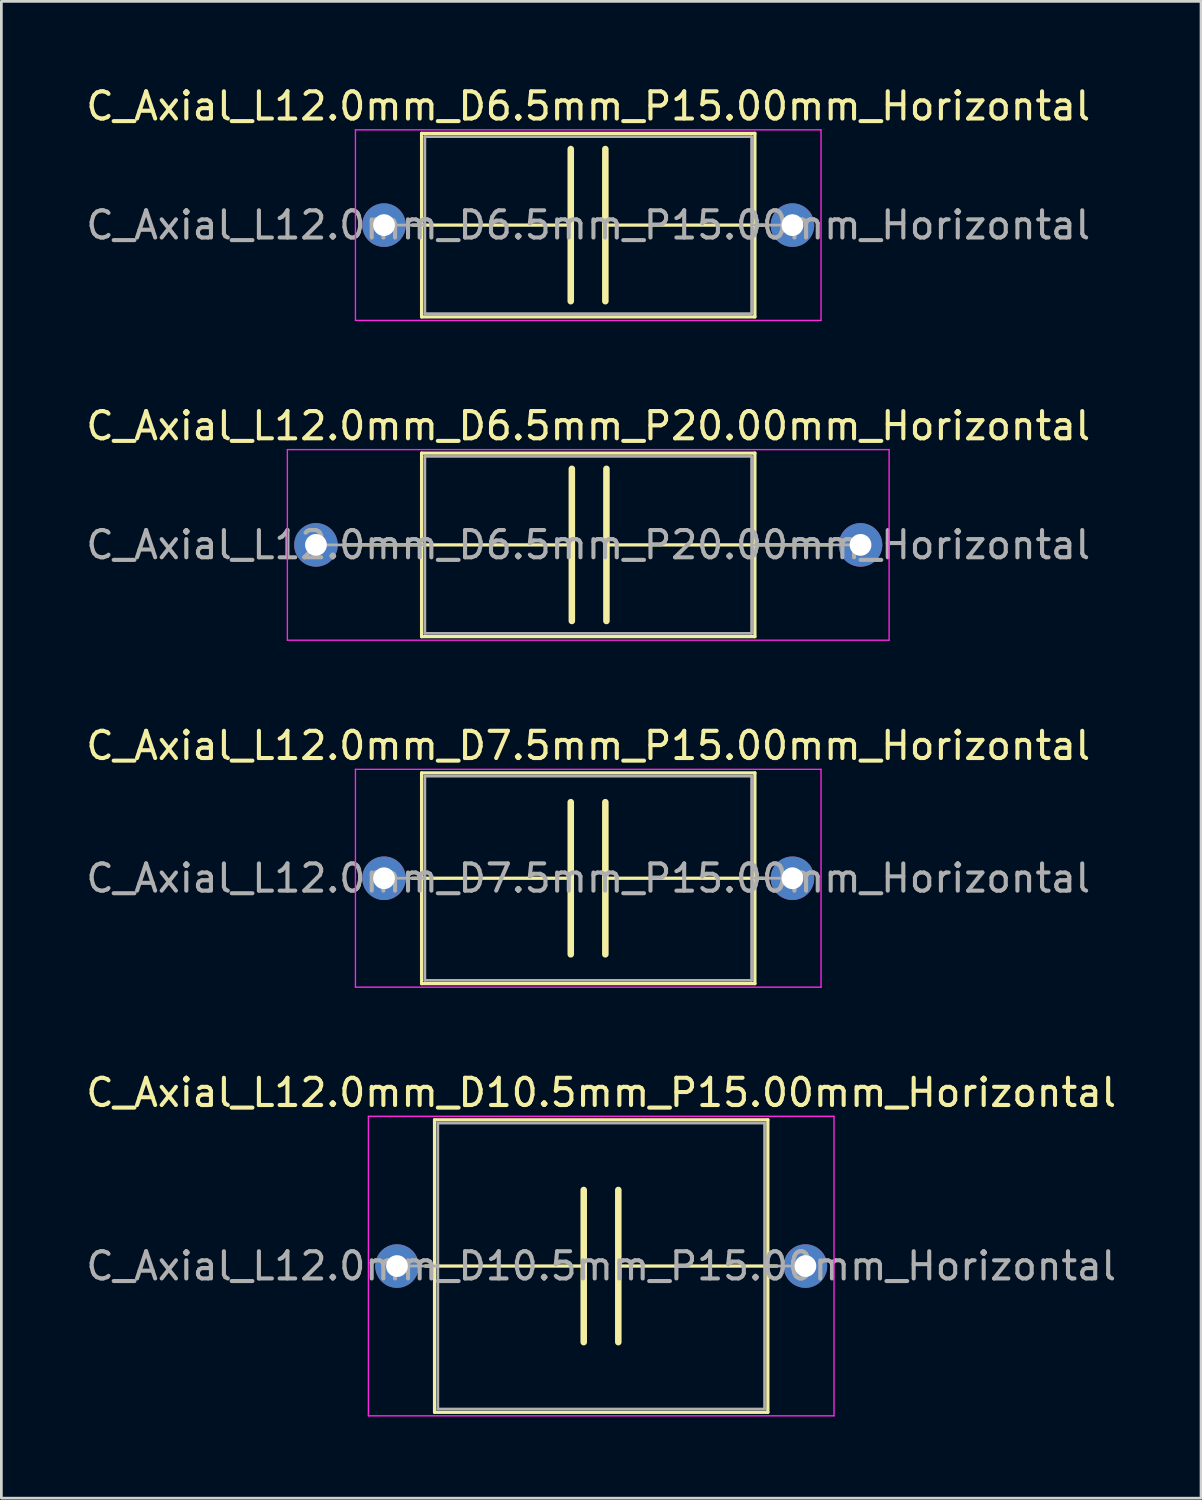
<source format=kicad_pcb>
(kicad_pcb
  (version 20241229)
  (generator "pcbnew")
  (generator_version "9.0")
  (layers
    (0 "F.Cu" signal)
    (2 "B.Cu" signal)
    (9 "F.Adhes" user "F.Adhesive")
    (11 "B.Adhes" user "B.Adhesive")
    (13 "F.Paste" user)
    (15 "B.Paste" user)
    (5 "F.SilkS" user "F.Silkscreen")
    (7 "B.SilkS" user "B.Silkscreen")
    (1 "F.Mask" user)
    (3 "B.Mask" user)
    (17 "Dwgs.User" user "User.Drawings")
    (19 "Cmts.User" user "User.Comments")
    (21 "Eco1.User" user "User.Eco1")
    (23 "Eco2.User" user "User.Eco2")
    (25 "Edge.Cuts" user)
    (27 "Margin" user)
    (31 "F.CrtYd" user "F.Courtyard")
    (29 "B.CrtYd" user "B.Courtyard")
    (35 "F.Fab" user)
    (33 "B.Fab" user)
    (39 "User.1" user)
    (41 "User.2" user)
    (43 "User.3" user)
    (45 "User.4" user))
  (footprint "C_Axial_L12.0mm_D7.5mm_P15.00mm_Horizontal"
    (layer "F.Cu")
    (at 11.054 29.205)
    (property "Reference" "C_Axial_L12.0mm_D7.5mm_P15.00mm_Horizontal" (at 7.5 -4.87 0) (layer "F.SilkS") (effects (font (size 1 1) (thickness 0.15))))
    (attr through_hole)
    (fp_line (start 1.04 0) (end 1.38 0) (stroke (width 0.12) (type solid)) (layer "F.SilkS"))
    (fp_line (start 1.38 -3.87) (end 1.38 3.87) (stroke (width 0.12) (type solid)) (layer "F.SilkS"))
    (fp_line (start 1.38 0) (end 6.858 0) (stroke (width 0.12) (type solid)) (layer "F.SilkS"))
    (fp_line (start 1.38 3.87) (end 13.62 3.87) (stroke (width 0.12) (type solid)) (layer "F.SilkS"))
    (fp_line (start 6.858 -2.794) (end 6.858 2.794) (stroke (width 0.24) (type solid)) (layer "F.SilkS"))
    (fp_line (start 8.128 2.794) (end 8.128 -2.794) (stroke (width 0.24) (type solid)) (layer "F.SilkS"))
    (fp_line (start 13.62 -3.87) (end 1.38 -3.87) (stroke (width 0.12) (type solid)) (layer "F.SilkS"))
    (fp_line (start 13.62 0) (end 8.128 0) (stroke (width 0.12) (type solid)) (layer "F.SilkS"))
    (fp_line (start 13.62 3.87) (end 13.62 -3.87) (stroke (width 0.12) (type solid)) (layer "F.SilkS"))
    (fp_line (start 13.96 0) (end 13.62 0) (stroke (width 0.12) (type solid)) (layer "F.SilkS"))
    (fp_line (start -1.05 -4) (end -1.05 4) (stroke (width 0.05) (type solid)) (layer "F.CrtYd"))
    (fp_line (start -1.05 4) (end 16.05 4) (stroke (width 0.05) (type solid)) (layer "F.CrtYd"))
    (fp_line (start 16.05 -4) (end -1.05 -4) (stroke (width 0.05) (type solid)) (layer "F.CrtYd"))
    (fp_line (start 16.05 4) (end 16.05 -4) (stroke (width 0.05) (type solid)) (layer "F.CrtYd"))
    (fp_line (start 0 0) (end 1.5 0) (stroke (width 0.1) (type solid)) (layer "F.Fab"))
    (fp_line (start 1.5 -3.75) (end 1.5 3.75) (stroke (width 0.1) (type solid)) (layer "F.Fab"))
    (fp_line (start 1.5 3.75) (end 13.5 3.75) (stroke (width 0.1) (type solid)) (layer "F.Fab"))
    (fp_line (start 13.5 -3.75) (end 1.5 -3.75) (stroke (width 0.1) (type solid)) (layer "F.Fab"))
    (fp_line (start 13.5 3.75) (end 13.5 -3.75) (stroke (width 0.1) (type solid)) (layer "F.Fab"))
    (fp_line (start 15 0) (end 13.5 0) (stroke (width 0.1) (type solid)) (layer "F.Fab"))
    (fp_text user "${REFERENCE}" (at 7.5 0 0) (layer "F.Fab") (effects (font (size 1 1) (thickness 0.15))))
    (pad "1" thru_hole circle (at 0 0) (size 1.6 1.6) (drill 0.8) (layers "*.Cu" "*.Mask"))
    (pad "2" thru_hole oval (at 15 0) (size 1.6 1.6) (drill 0.8) (layers "*.Cu" "*.Mask")))
  (footprint "C_Axial_L12.0mm_D10.5mm_P15.00mm_Horizontal"
    (layer "F.Cu")
    (at 11.53 43.448)
    (property "Reference" "C_Axial_L12.0mm_D10.5mm_P15.00mm_Horizontal" (at 7.5 -6.37 0) (layer "F.SilkS") (effects (font (size 1 1) (thickness 0.15))))
    (attr through_hole)
    (fp_line (start 1.04 0) (end 1.38 0) (stroke (width 0.12) (type solid)) (layer "F.SilkS"))
    (fp_line (start 1.38 -5.37) (end 1.38 5.37) (stroke (width 0.12) (type solid)) (layer "F.SilkS"))
    (fp_line (start 1.38 0) (end 6.858 0) (stroke (width 0.12) (type solid)) (layer "F.SilkS"))
    (fp_line (start 1.38 5.37) (end 13.62 5.37) (stroke (width 0.12) (type solid)) (layer "F.SilkS"))
    (fp_line (start 6.858 -2.794) (end 6.858 2.794) (stroke (width 0.24) (type solid)) (layer "F.SilkS"))
    (fp_line (start 8.128 2.794) (end 8.128 -2.794) (stroke (width 0.24) (type solid)) (layer "F.SilkS"))
    (fp_line (start 13.62 -5.37) (end 1.38 -5.37) (stroke (width 0.12) (type solid)) (layer "F.SilkS"))
    (fp_line (start 13.62 0) (end 8.128 0) (stroke (width 0.12) (type solid)) (layer "F.SilkS"))
    (fp_line (start 13.62 5.37) (end 13.62 -5.37) (stroke (width 0.12) (type solid)) (layer "F.SilkS"))
    (fp_line (start 13.96 0) (end 13.62 0) (stroke (width 0.12) (type solid)) (layer "F.SilkS"))
    (fp_line (start -1.05 -5.5) (end -1.05 5.5) (stroke (width 0.05) (type solid)) (layer "F.CrtYd"))
    (fp_line (start -1.05 5.5) (end 16.05 5.5) (stroke (width 0.05) (type solid)) (layer "F.CrtYd"))
    (fp_line (start 16.05 -5.5) (end -1.05 -5.5) (stroke (width 0.05) (type solid)) (layer "F.CrtYd"))
    (fp_line (start 16.05 5.5) (end 16.05 -5.5) (stroke (width 0.05) (type solid)) (layer "F.CrtYd"))
    (fp_line (start 0 0) (end 1.5 0) (stroke (width 0.1) (type solid)) (layer "F.Fab"))
    (fp_line (start 1.5 -5.25) (end 1.5 5.25) (stroke (width 0.1) (type solid)) (layer "F.Fab"))
    (fp_line (start 1.5 5.25) (end 13.5 5.25) (stroke (width 0.1) (type solid)) (layer "F.Fab"))
    (fp_line (start 13.5 -5.25) (end 1.5 -5.25) (stroke (width 0.1) (type solid)) (layer "F.Fab"))
    (fp_line (start 13.5 5.25) (end 13.5 -5.25) (stroke (width 0.1) (type solid)) (layer "F.Fab"))
    (fp_line (start 15 0) (end 13.5 0) (stroke (width 0.1) (type solid)) (layer "F.Fab"))
    (fp_text user "${REFERENCE}" (at 7.5 0 0) (layer "F.Fab") (effects (font (size 1 1) (thickness 0.15))))
    (pad "1" thru_hole circle (at 0 0) (size 1.6 1.6) (drill 0.8) (layers "*.Cu" "*.Mask"))
    (pad "2" thru_hole oval (at 15 0) (size 1.6 1.6) (drill 0.8) (layers "*.Cu" "*.Mask")))
  (footprint "C_Axial_L12.0mm_D6.5mm_P20.00mm_Horizontal"
    (layer "F.Cu")
    (at 8.554 16.962)
    (property "Reference" "C_Axial_L12.0mm_D6.5mm_P20.00mm_Horizontal" (at 10 -4.37 0) (layer "F.SilkS") (effects (font (size 1 1) (thickness 0.15))))
    (attr through_hole)
    (fp_line (start 1.04 0) (end 3.88 0) (stroke (width 0.12) (type solid)) (layer "F.SilkS"))
    (fp_line (start 3.88 -3.37) (end 3.88 3.37) (stroke (width 0.12) (type solid)) (layer "F.SilkS"))
    (fp_line (start 3.88 0) (end 9.398 0) (stroke (width 0.12) (type solid)) (layer "F.SilkS"))
    (fp_line (start 3.88 3.37) (end 16.12 3.37) (stroke (width 0.12) (type solid)) (layer "F.SilkS"))
    (fp_line (start 9.398 -2.794) (end 9.398 2.794) (stroke (width 0.24) (type solid)) (layer "F.SilkS"))
    (fp_line (start 10.668 2.794) (end 10.668 -2.794) (stroke (width 0.24) (type solid)) (layer "F.SilkS"))
    (fp_line (start 16.12 -3.37) (end 3.88 -3.37) (stroke (width 0.12) (type solid)) (layer "F.SilkS"))
    (fp_line (start 16.12 0) (end 10.668 0) (stroke (width 0.12) (type solid)) (layer "F.SilkS"))
    (fp_line (start 16.12 3.37) (end 16.12 -3.37) (stroke (width 0.12) (type solid)) (layer "F.SilkS"))
    (fp_line (start 18.96 0) (end 16.12 0) (stroke (width 0.12) (type solid)) (layer "F.SilkS"))
    (fp_line (start -1.05 -3.5) (end -1.05 3.5) (stroke (width 0.05) (type solid)) (layer "F.CrtYd"))
    (fp_line (start -1.05 3.5) (end 21.05 3.5) (stroke (width 0.05) (type solid)) (layer "F.CrtYd"))
    (fp_line (start 21.05 -3.5) (end -1.05 -3.5) (stroke (width 0.05) (type solid)) (layer "F.CrtYd"))
    (fp_line (start 21.05 3.5) (end 21.05 -3.5) (stroke (width 0.05) (type solid)) (layer "F.CrtYd"))
    (fp_line (start 0 0) (end 4 0) (stroke (width 0.1) (type solid)) (layer "F.Fab"))
    (fp_line (start 4 -3.25) (end 4 3.25) (stroke (width 0.1) (type solid)) (layer "F.Fab"))
    (fp_line (start 4 3.25) (end 16 3.25) (stroke (width 0.1) (type solid)) (layer "F.Fab"))
    (fp_line (start 16 -3.25) (end 4 -3.25) (stroke (width 0.1) (type solid)) (layer "F.Fab"))
    (fp_line (start 16 3.25) (end 16 -3.25) (stroke (width 0.1) (type solid)) (layer "F.Fab"))
    (fp_line (start 20 0) (end 16 0) (stroke (width 0.1) (type solid)) (layer "F.Fab"))
    (fp_text user "${REFERENCE}" (at 10 0 0) (layer "F.Fab") (effects (font (size 1 1) (thickness 0.15))))
    (pad "1" thru_hole circle (at 0 0) (size 1.6 1.6) (drill 0.8) (layers "*.Cu" "*.Mask"))
    (pad "2" thru_hole oval (at 20 0) (size 1.6 1.6) (drill 0.8) (layers "*.Cu" "*.Mask")))
  (footprint "C_Axial_L12.0mm_D6.5mm_P15.00mm_Horizontal"
    (layer "F.Cu")
    (at 11.054 5.218)
    (property "Reference" "C_Axial_L12.0mm_D6.5mm_P15.00mm_Horizontal" (at 7.5 -4.37 0) (layer "F.SilkS") (effects (font (size 1 1) (thickness 0.15))))
    (attr through_hole)
    (fp_line (start 1.04 0) (end 1.38 0) (stroke (width 0.12) (type solid)) (layer "F.SilkS"))
    (fp_line (start 1.38 -3.37) (end 1.38 3.37) (stroke (width 0.12) (type solid)) (layer "F.SilkS"))
    (fp_line (start 1.38 0) (end 6.858 0) (stroke (width 0.12) (type solid)) (layer "F.SilkS"))
    (fp_line (start 1.38 3.37) (end 13.62 3.37) (stroke (width 0.12) (type solid)) (layer "F.SilkS"))
    (fp_line (start 6.858 -2.794) (end 6.858 2.794) (stroke (width 0.24) (type solid)) (layer "F.SilkS"))
    (fp_line (start 8.128 2.794) (end 8.128 -2.794) (stroke (width 0.24) (type solid)) (layer "F.SilkS"))
    (fp_line (start 13.62 -3.37) (end 1.38 -3.37) (stroke (width 0.12) (type solid)) (layer "F.SilkS"))
    (fp_line (start 13.62 0) (end 8.128 0) (stroke (width 0.12) (type solid)) (layer "F.SilkS"))
    (fp_line (start 13.62 3.37) (end 13.62 -3.37) (stroke (width 0.12) (type solid)) (layer "F.SilkS"))
    (fp_line (start 13.96 0) (end 13.62 0) (stroke (width 0.12) (type solid)) (layer "F.SilkS"))
    (fp_line (start -1.05 -3.5) (end -1.05 3.5) (stroke (width 0.05) (type solid)) (layer "F.CrtYd"))
    (fp_line (start -1.05 3.5) (end 16.05 3.5) (stroke (width 0.05) (type solid)) (layer "F.CrtYd"))
    (fp_line (start 16.05 -3.5) (end -1.05 -3.5) (stroke (width 0.05) (type solid)) (layer "F.CrtYd"))
    (fp_line (start 16.05 3.5) (end 16.05 -3.5) (stroke (width 0.05) (type solid)) (layer "F.CrtYd"))
    (fp_line (start 0 0) (end 1.5 0) (stroke (width 0.1) (type solid)) (layer "F.Fab"))
    (fp_line (start 1.5 -3.25) (end 1.5 3.25) (stroke (width 0.1) (type solid)) (layer "F.Fab"))
    (fp_line (start 1.5 3.25) (end 13.5 3.25) (stroke (width 0.1) (type solid)) (layer "F.Fab"))
    (fp_line (start 13.5 -3.25) (end 1.5 -3.25) (stroke (width 0.1) (type solid)) (layer "F.Fab"))
    (fp_line (start 13.5 3.25) (end 13.5 -3.25) (stroke (width 0.1) (type solid)) (layer "F.Fab"))
    (fp_line (start 15 0) (end 13.5 0) (stroke (width 0.1) (type solid)) (layer "F.Fab"))
    (fp_text user "${REFERENCE}" (at 7.5 0 0) (layer "F.Fab") (effects (font (size 1 1) (thickness 0.15))))
    (pad "1" thru_hole circle (at 0 0) (size 1.6 1.6) (drill 0.8) (layers "*.Cu" "*.Mask"))
    (pad "2" thru_hole oval (at 15 0) (size 1.6 1.6) (drill 0.8) (layers "*.Cu" "*.Mask")))
  (gr_rect
    (start -3 -3)
    (end 41.06 51.973)
    (stroke (width 0.1) (type default))
    (fill no)
    (layer "Edge.Cuts")))
</source>
